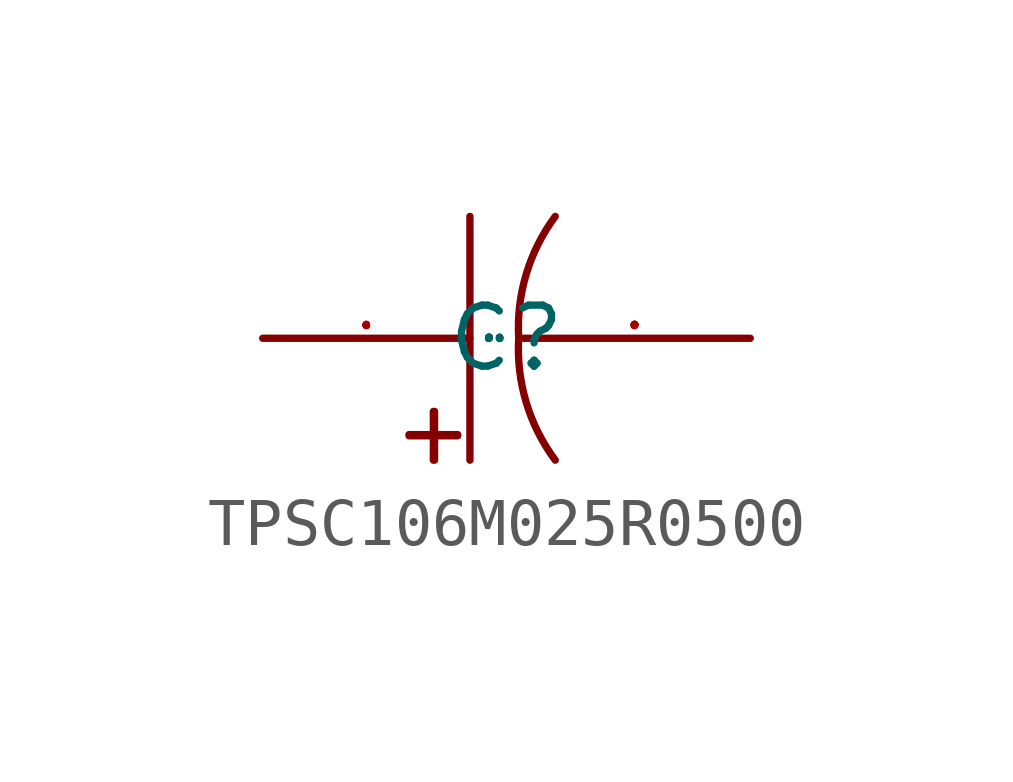
<source format=kicad_sym>
(kicad_symbol_lib
  (version 20241209)
  (generator "kicad_symbol_editor")
  (generator_version "9.0")
  (symbol "TPSC106M025R0500"
    (property "Reference" "C"
      (at 0 0 0)
      (effects (font (size 1.27 1.27))))
    (symbol "TPSC106M025R0500_1_0"
      (rectangle (start -2.032 -2.032) (end -1.016 -2.007) (stroke (width 0) (type default)) (fill (type none)))
      (rectangle (start -1.524 -2.54) (end -1.499 -1.524) (stroke (width 0) (type default)) (fill (type none)))
      (polyline (pts (xy -0.762 -2.54) (xy -0.762 2.54)) (stroke (width 0) (type default)) (fill (type none)))
      (arc (start 0.254 0) (mid 0.4064 1.3208) (end 1.016 2.54) (stroke (width 0) (type default)) (fill (type none)))
      (arc (start 1.016 -2.54) (mid 0.4064 -1.3208) (end 0.254 0) (stroke (width 0) (type default)) (fill (type none)))
      (pin unspecified line (at -5.08 0 0) (length 4.318) (name "1" (effects (font (size 0.025 0.025)))) (number "1" (effects (font (size 0.025 0.025)))))
      (pin unspecified line (at 5.08 0 180) (length 4.826) (name "2" (effects (font (size 0.025 0.025)))) (number "2" (effects (font (size 0.025 0.025))))))))
</source>
